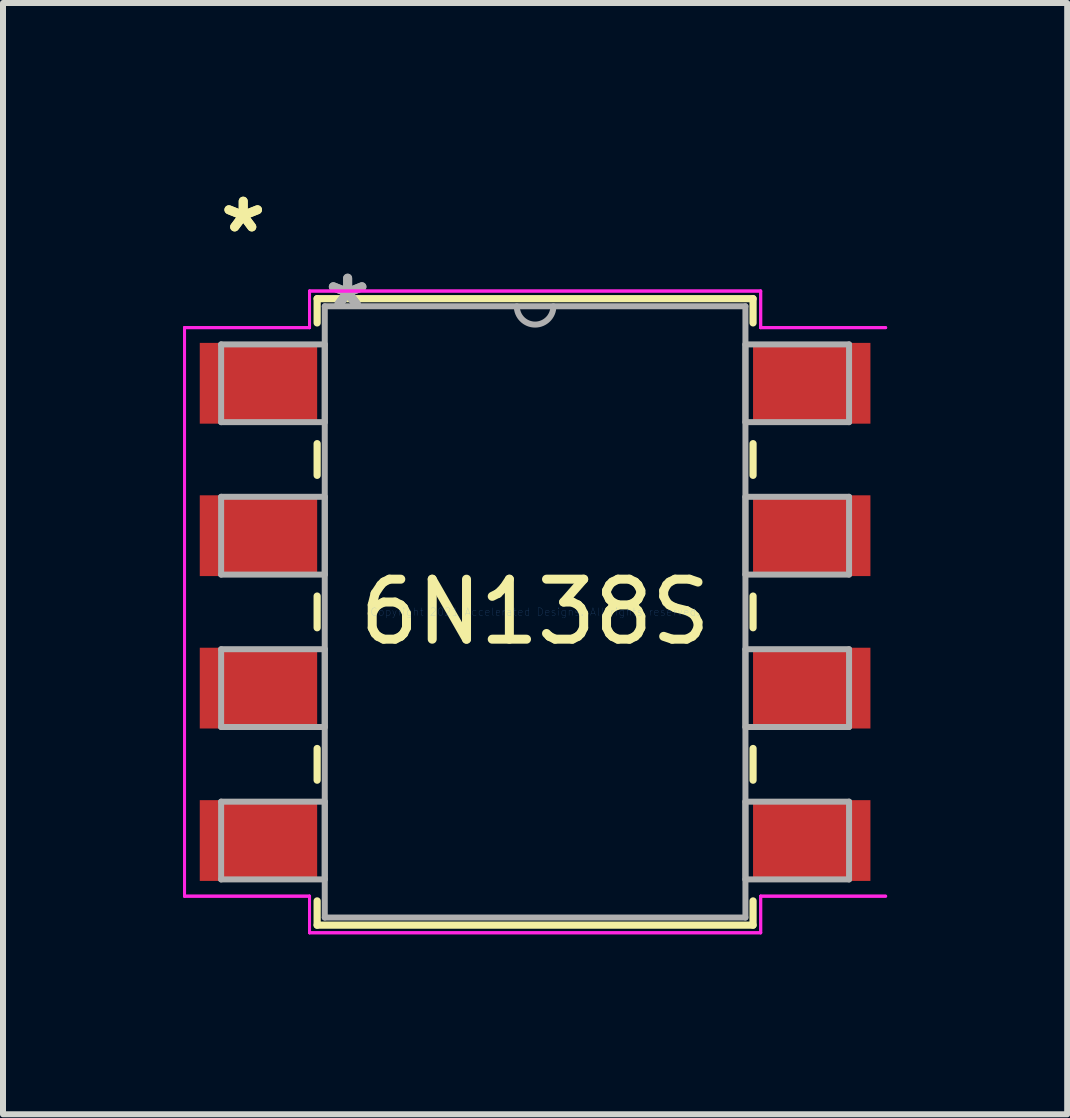
<source format=kicad_pcb>
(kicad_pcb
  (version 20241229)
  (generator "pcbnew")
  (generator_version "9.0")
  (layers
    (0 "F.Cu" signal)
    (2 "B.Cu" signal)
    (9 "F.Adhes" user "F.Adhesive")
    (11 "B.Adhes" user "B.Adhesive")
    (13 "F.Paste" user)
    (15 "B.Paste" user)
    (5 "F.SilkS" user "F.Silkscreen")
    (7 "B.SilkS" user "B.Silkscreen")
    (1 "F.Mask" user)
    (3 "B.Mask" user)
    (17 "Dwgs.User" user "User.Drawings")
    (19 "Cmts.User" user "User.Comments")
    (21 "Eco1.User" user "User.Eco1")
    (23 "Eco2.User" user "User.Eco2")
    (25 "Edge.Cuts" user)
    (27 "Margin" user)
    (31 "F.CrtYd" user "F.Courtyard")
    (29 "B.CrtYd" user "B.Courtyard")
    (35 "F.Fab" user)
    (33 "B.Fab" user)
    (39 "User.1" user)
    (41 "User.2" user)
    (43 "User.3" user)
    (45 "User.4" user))
  (footprint "6N138S"
    (layer "F.Cu")
    (at 5.867 7.147)
    (property "Reference" "6N138S" (at 0 0 0) (layer "F.SilkS") (effects (font (size 1 1) (thickness 0.15))))
    (attr through_hole)
    (fp_line (start -3.632 -5.22) (end -3.632 -4.816) (stroke (width 0.12) (type solid)) (layer "F.SilkS"))
    (fp_line (start -3.632 -2.804) (end -3.632 -2.276) (stroke (width 0.12) (type solid)) (layer "F.SilkS"))
    (fp_line (start -3.632 -0.264) (end -3.632 0.264) (stroke (width 0.12) (type solid)) (layer "F.SilkS"))
    (fp_line (start -3.632 2.276) (end -3.632 2.804) (stroke (width 0.12) (type solid)) (layer "F.SilkS"))
    (fp_line (start -3.632 4.816) (end -3.632 5.22) (stroke (width 0.12) (type solid)) (layer "F.SilkS"))
    (fp_line (start -3.632 5.22) (end 3.632 5.22) (stroke (width 0.12) (type solid)) (layer "F.SilkS"))
    (fp_line (start 3.632 -5.22) (end -3.632 -5.22) (stroke (width 0.12) (type solid)) (layer "F.SilkS"))
    (fp_line (start 3.632 -4.816) (end 3.632 -5.22) (stroke (width 0.12) (type solid)) (layer "F.SilkS"))
    (fp_line (start 3.632 -2.276) (end 3.632 -2.804) (stroke (width 0.12) (type solid)) (layer "F.SilkS"))
    (fp_line (start 3.632 0.264) (end 3.632 -0.264) (stroke (width 0.12) (type solid)) (layer "F.SilkS"))
    (fp_line (start 3.632 2.804) (end 3.632 2.276) (stroke (width 0.12) (type solid)) (layer "F.SilkS"))
    (fp_line (start 3.632 5.22) (end 3.632 4.816) (stroke (width 0.12) (type solid)) (layer "F.SilkS"))
    (fp_line (start -5.842 -4.737) (end -3.759 -4.737) (stroke (width 0.05) (type solid)) (layer "F.CrtYd"))
    (fp_line (start -5.842 -4.737) (end -3.759 -4.737) (stroke (width 0.05) (type solid)) (layer "F.CrtYd"))
    (fp_line (start -5.842 4.737) (end -5.842 -4.737) (stroke (width 0.05) (type solid)) (layer "F.CrtYd"))
    (fp_line (start -5.842 4.737) (end -5.842 -4.737) (stroke (width 0.05) (type solid)) (layer "F.CrtYd"))
    (fp_line (start -5.842 4.737) (end -3.759 4.737) (stroke (width 0.05) (type solid)) (layer "F.CrtYd"))
    (fp_line (start -3.759 -5.347) (end 3.759 -5.347) (stroke (width 0.05) (type solid)) (layer "F.CrtYd"))
    (fp_line (start -3.759 -5.347) (end 3.759 -5.347) (stroke (width 0.05) (type solid)) (layer "F.CrtYd"))
    (fp_line (start -3.759 -4.737) (end -3.759 -5.347) (stroke (width 0.05) (type solid)) (layer "F.CrtYd"))
    (fp_line (start -3.759 -4.737) (end -3.759 -5.347) (stroke (width 0.05) (type solid)) (layer "F.CrtYd"))
    (fp_line (start -3.759 4.737) (end -5.842 4.737) (stroke (width 0.05) (type solid)) (layer "F.CrtYd"))
    (fp_line (start -3.759 5.347) (end -3.759 4.737) (stroke (width 0.05) (type solid)) (layer "F.CrtYd"))
    (fp_line (start -3.759 5.347) (end -3.759 4.737) (stroke (width 0.05) (type solid)) (layer "F.CrtYd"))
    (fp_line (start 3.759 -5.347) (end 3.759 -4.737) (stroke (width 0.05) (type solid)) (layer "F.CrtYd"))
    (fp_line (start 3.759 -5.347) (end 3.759 -4.737) (stroke (width 0.05) (type solid)) (layer "F.CrtYd"))
    (fp_line (start 3.759 -4.737) (end 5.842 -4.737) (stroke (width 0.05) (type solid)) (layer "F.CrtYd"))
    (fp_line (start 3.759 4.737) (end 3.759 5.347) (stroke (width 0.05) (type solid)) (layer "F.CrtYd"))
    (fp_line (start 3.759 4.737) (end 3.759 5.347) (stroke (width 0.05) (type solid)) (layer "F.CrtYd"))
    (fp_line (start 3.759 5.347) (end -3.759 5.347) (stroke (width 0.05) (type solid)) (layer "F.CrtYd"))
    (fp_line (start 3.759 5.347) (end -3.759 5.347) (stroke (width 0.05) (type solid)) (layer "F.CrtYd"))
    (fp_line (start 5.842 -4.737) (end 3.759 -4.737) (stroke (width 0.05) (type solid)) (layer "F.CrtYd"))
    (fp_line (start 5.842 4.737) (end 3.759 4.737) (stroke (width 0.05) (type solid)) (layer "F.CrtYd"))
    (fp_line (start 5.842 4.737) (end 3.759 4.737) (stroke (width 0.05) (type solid)) (layer "F.CrtYd"))
    (fp_line (start -5.232 -4.458) (end -5.232 -3.162) (stroke (width 0.1) (type solid)) (layer "F.Fab"))
    (fp_line (start -5.232 -3.162) (end -3.505 -3.162) (stroke (width 0.1) (type solid)) (layer "F.Fab"))
    (fp_line (start -5.232 -1.918) (end -5.232 -0.622) (stroke (width 0.1) (type solid)) (layer "F.Fab"))
    (fp_line (start -5.232 -0.622) (end -3.505 -0.622) (stroke (width 0.1) (type solid)) (layer "F.Fab"))
    (fp_line (start -5.232 0.622) (end -5.232 1.918) (stroke (width 0.1) (type solid)) (layer "F.Fab"))
    (fp_line (start -5.232 1.918) (end -3.505 1.918) (stroke (width 0.1) (type solid)) (layer "F.Fab"))
    (fp_line (start -5.232 3.162) (end -5.232 4.458) (stroke (width 0.1) (type solid)) (layer "F.Fab"))
    (fp_line (start -5.232 4.458) (end -3.505 4.458) (stroke (width 0.1) (type solid)) (layer "F.Fab"))
    (fp_line (start -3.505 -5.093) (end -3.505 5.093) (stroke (width 0.1) (type solid)) (layer "F.Fab"))
    (fp_line (start -3.505 -4.458) (end -5.232 -4.458) (stroke (width 0.1) (type solid)) (layer "F.Fab"))
    (fp_line (start -3.505 -3.162) (end -3.505 -4.458) (stroke (width 0.1) (type solid)) (layer "F.Fab"))
    (fp_line (start -3.505 -1.918) (end -5.232 -1.918) (stroke (width 0.1) (type solid)) (layer "F.Fab"))
    (fp_line (start -3.505 -0.622) (end -3.505 -1.918) (stroke (width 0.1) (type solid)) (layer "F.Fab"))
    (fp_line (start -3.505 0.622) (end -5.232 0.622) (stroke (width 0.1) (type solid)) (layer "F.Fab"))
    (fp_line (start -3.505 1.918) (end -3.505 0.622) (stroke (width 0.1) (type solid)) (layer "F.Fab"))
    (fp_line (start -3.505 3.162) (end -5.232 3.162) (stroke (width 0.1) (type solid)) (layer "F.Fab"))
    (fp_line (start -3.505 4.458) (end -3.505 3.162) (stroke (width 0.1) (type solid)) (layer "F.Fab"))
    (fp_line (start -3.505 5.093) (end 3.505 5.093) (stroke (width 0.1) (type solid)) (layer "F.Fab"))
    (fp_line (start 3.505 -5.093) (end -3.505 -5.093) (stroke (width 0.1) (type solid)) (layer "F.Fab"))
    (fp_line (start 3.505 -4.458) (end 3.505 -3.162) (stroke (width 0.1) (type solid)) (layer "F.Fab"))
    (fp_line (start 3.505 -3.162) (end 5.232 -3.162) (stroke (width 0.1) (type solid)) (layer "F.Fab"))
    (fp_line (start 3.505 -1.918) (end 3.505 -0.622) (stroke (width 0.1) (type solid)) (layer "F.Fab"))
    (fp_line (start 3.505 -0.622) (end 5.232 -0.622) (stroke (width 0.1) (type solid)) (layer "F.Fab"))
    (fp_line (start 3.505 0.622) (end 3.505 1.918) (stroke (width 0.1) (type solid)) (layer "F.Fab"))
    (fp_line (start 3.505 1.918) (end 5.232 1.918) (stroke (width 0.1) (type solid)) (layer "F.Fab"))
    (fp_line (start 3.505 3.162) (end 3.505 4.458) (stroke (width 0.1) (type solid)) (layer "F.Fab"))
    (fp_line (start 3.505 4.458) (end 5.232 4.458) (stroke (width 0.1) (type solid)) (layer "F.Fab"))
    (fp_line (start 3.505 5.093) (end 3.505 -5.093) (stroke (width 0.1) (type solid)) (layer "F.Fab"))
    (fp_line (start 5.232 -4.458) (end 3.505 -4.458) (stroke (width 0.1) (type solid)) (layer "F.Fab"))
    (fp_line (start 5.232 -3.162) (end 5.232 -4.458) (stroke (width 0.1) (type solid)) (layer "F.Fab"))
    (fp_line (start 5.232 -1.918) (end 3.505 -1.918) (stroke (width 0.1) (type solid)) (layer "F.Fab"))
    (fp_line (start 5.232 -0.622) (end 5.232 -1.918) (stroke (width 0.1) (type solid)) (layer "F.Fab"))
    (fp_line (start 5.232 0.622) (end 3.505 0.622) (stroke (width 0.1) (type solid)) (layer "F.Fab"))
    (fp_line (start 5.232 1.918) (end 5.232 0.622) (stroke (width 0.1) (type solid)) (layer "F.Fab"))
    (fp_line (start 5.232 3.162) (end 3.505 3.162) (stroke (width 0.1) (type solid)) (layer "F.Fab"))
    (fp_line (start 5.232 4.458) (end 5.232 3.162) (stroke (width 0.1) (type solid)) (layer "F.Fab"))
    (fp_arc (start 0.3048 -5.0927) (mid 0 -4.7879) (end -0.3048 -5.0927) (stroke (width 0.1) (type solid)) (layer "F.Fab"))
    (fp_text user "*" (at -4.864 -6.299 0) (layer "F.SilkS") (effects (font (size 1 1) (thickness 0.15))))
    (fp_text user "*" (at -4.864 -6.299 0) (layer "F.SilkS") (effects (font (size 1 1) (thickness 0.15))))
    (fp_text user "Copyright 2021 Accelerated Designs. All rights reserved." (at 0 0 0) (layer "Cmts.User") (effects (font (size 0.127 0.127) (thickness 0.002))))
    (fp_text user "*" (at -3.124 -5.016 0) (layer "F.Fab") (effects (font (size 1 1) (thickness 0.15))))
    (fp_text user "*" (at -3.124 -5.016 0) (layer "F.Fab") (effects (font (size 1 1) (thickness 0.15))))
    (pad "1" smd rect (at -4.61 -3.81) (size 1.956 1.346) (layers "F.Cu" "F.Mask" "F.Paste"))
    (pad "2" smd rect (at -4.61 -1.27) (size 1.956 1.346) (layers "F.Cu" "F.Mask" "F.Paste"))
    (pad "3" smd rect (at -4.61 1.27) (size 1.956 1.346) (layers "F.Cu" "F.Mask" "F.Paste"))
    (pad "4" smd rect (at -4.61 3.81) (size 1.956 1.346) (layers "F.Cu" "F.Mask" "F.Paste"))
    (pad "5" smd rect (at 4.61 3.81) (size 1.956 1.346) (layers "F.Cu" "F.Mask" "F.Paste"))
    (pad "6" smd rect (at 4.61 1.27) (size 1.956 1.346) (layers "F.Cu" "F.Mask" "F.Paste"))
    (pad "7" smd rect (at 4.61 -1.27) (size 1.956 1.346) (layers "F.Cu" "F.Mask" "F.Paste"))
    (pad "8" smd rect (at 4.61 -3.81) (size 1.956 1.346) (layers "F.Cu" "F.Mask" "F.Paste")))
  (gr_rect
    (start -3 -3)
    (end 14.734 15.519)
    (stroke (width 0.1) (type default))
    (fill no)
    (layer "Edge.Cuts")))
</source>
